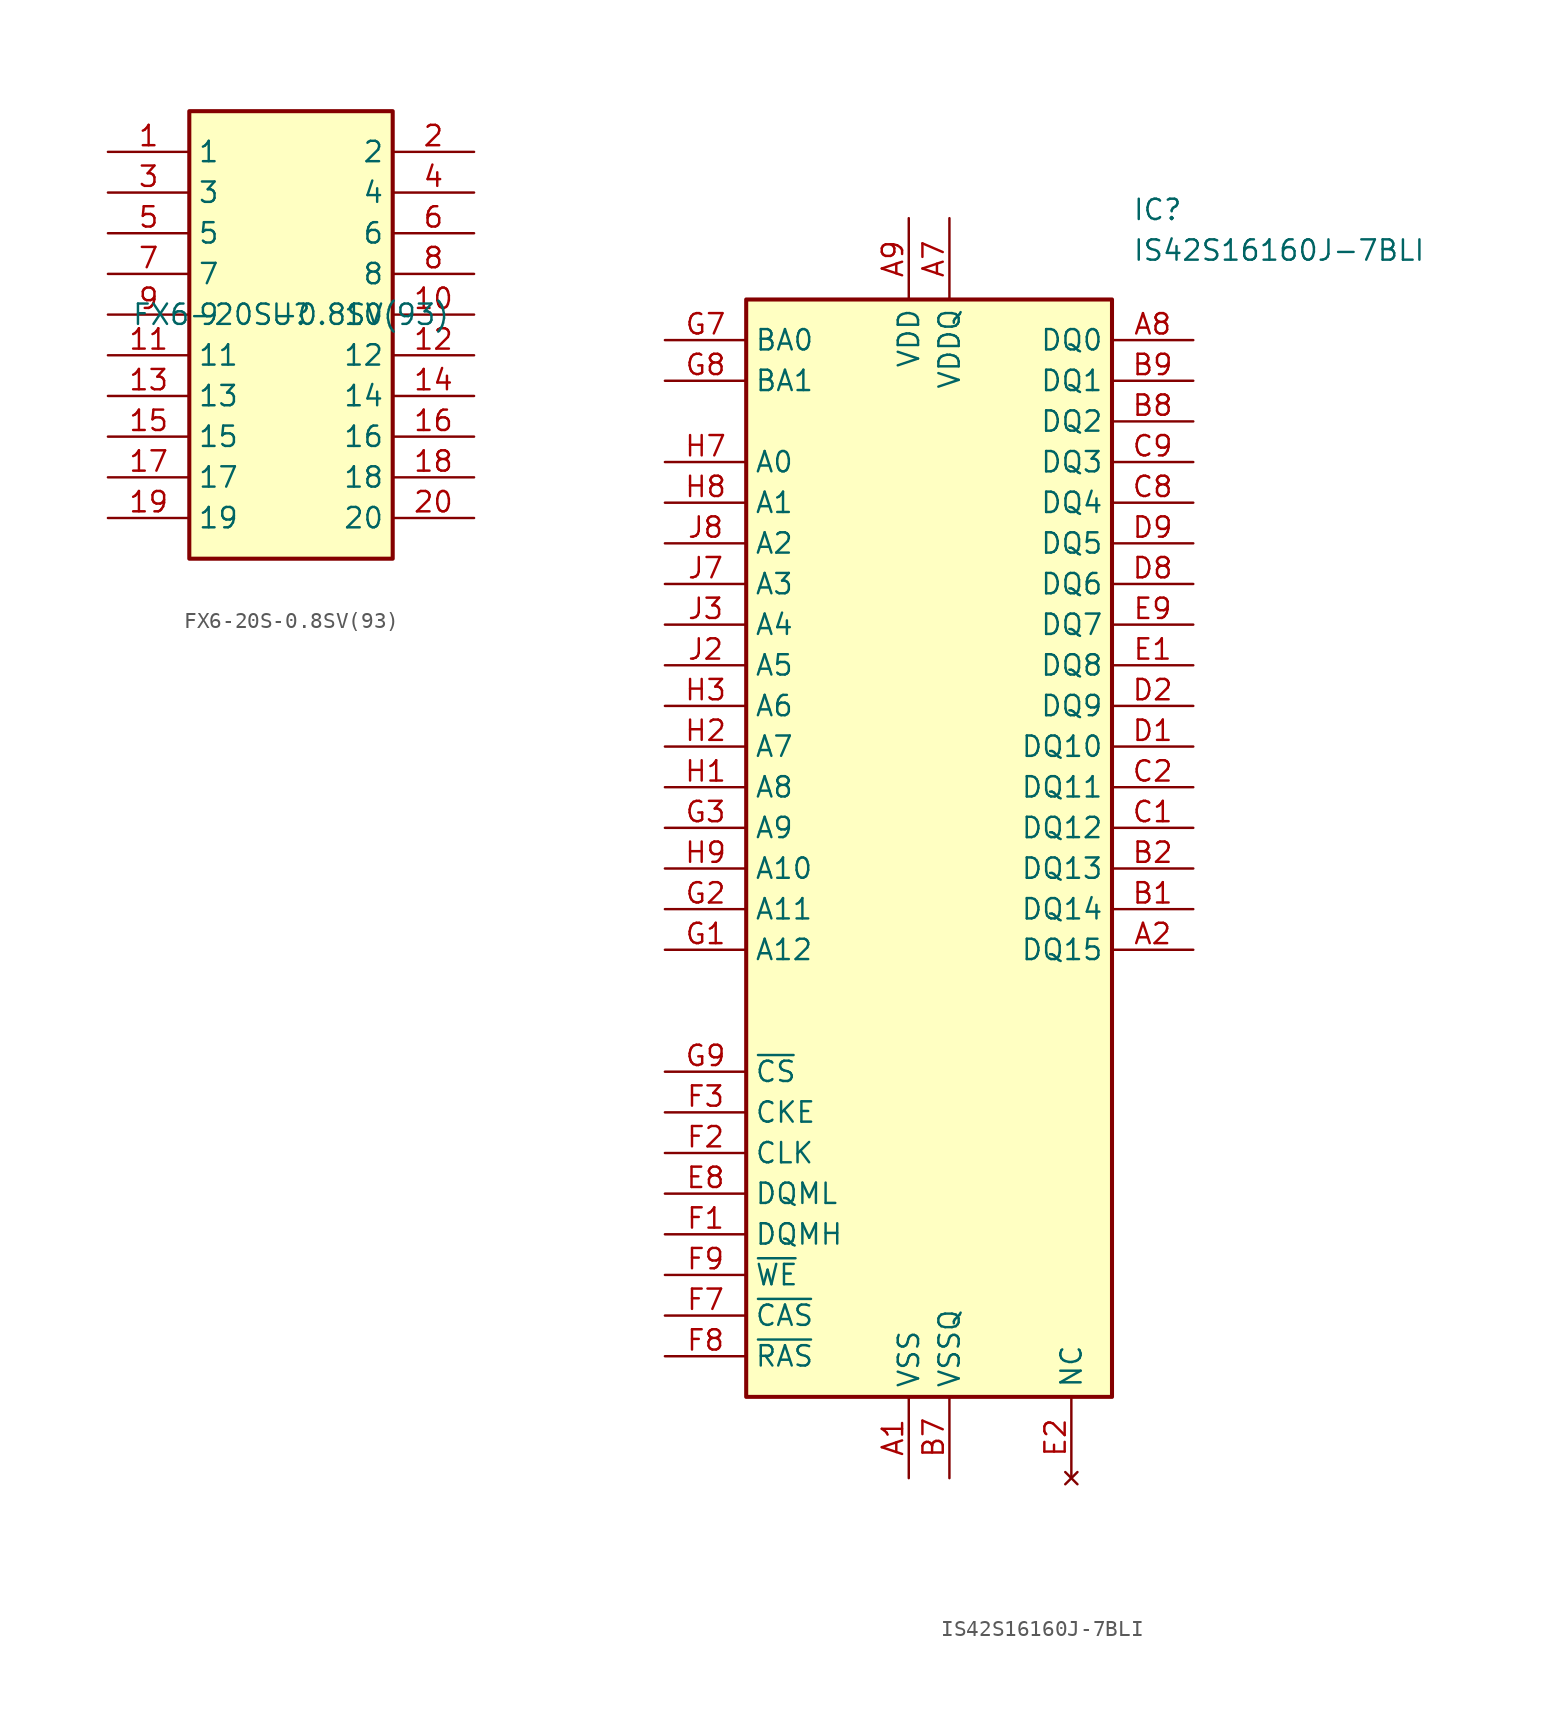
<source format=kicad_sym>
(kicad_symbol_lib
  (version 20241209)
  (generator "kicad_symbol_editor")
  (generator_version "9.0")
  (symbol "FX6-20S-0.8SV(93)"
    (property "Reference" "U"
      (at 0 1.27 0)
      (effects (font (size 1.27 1.27))))
    (property "Value" "FX6-20S-0.8SV(93)"
      (at 0 1.27 0)
      (effects (font (size 1.27 1.27))))
    (symbol "FX6-20S-0.8SV(93)_1_1"
      (rectangle (start -6.35 13.97) (end 6.35 -13.97) (stroke (width 0.254) (type default)) (fill (type background)))
      (pin passive line (at -11.43 11.43 0) (length 5.08) (name "1" (effects (font (size 1.27 1.27)))) (number "1" (effects (font (size 1.27 1.27)))))
      (pin passive line (at -11.43 8.89 0) (length 5.08) (name "3" (effects (font (size 1.27 1.27)))) (number "3" (effects (font (size 1.27 1.27)))))
      (pin passive line (at -11.43 6.35 0) (length 5.08) (name "5" (effects (font (size 1.27 1.27)))) (number "5" (effects (font (size 1.27 1.27)))))
      (pin passive line (at -11.43 3.81 0) (length 5.08) (name "7" (effects (font (size 1.27 1.27)))) (number "7" (effects (font (size 1.27 1.27)))))
      (pin passive line (at -11.43 1.27 0) (length 5.08) (name "9" (effects (font (size 1.27 1.27)))) (number "9" (effects (font (size 1.27 1.27)))))
      (pin passive line (at -11.43 -1.27 0) (length 5.08) (name "11" (effects (font (size 1.27 1.27)))) (number "11" (effects (font (size 1.27 1.27)))))
      (pin passive line (at -11.43 -3.81 0) (length 5.08) (name "13" (effects (font (size 1.27 1.27)))) (number "13" (effects (font (size 1.27 1.27)))))
      (pin passive line (at -11.43 -6.35 0) (length 5.08) (name "15" (effects (font (size 1.27 1.27)))) (number "15" (effects (font (size 1.27 1.27)))))
      (pin passive line (at -11.43 -8.89 0) (length 5.08) (name "17" (effects (font (size 1.27 1.27)))) (number "17" (effects (font (size 1.27 1.27)))))
      (pin passive line (at -11.43 -11.43 0) (length 5.08) (name "19" (effects (font (size 1.27 1.27)))) (number "19" (effects (font (size 1.27 1.27)))))
      (pin passive line (at 11.43 11.43 180) (length 5.08) (name "2" (effects (font (size 1.27 1.27)))) (number "2" (effects (font (size 1.27 1.27)))))
      (pin passive line (at 11.43 8.89 180) (length 5.08) (name "4" (effects (font (size 1.27 1.27)))) (number "4" (effects (font (size 1.27 1.27)))))
      (pin passive line (at 11.43 6.35 180) (length 5.08) (name "6" (effects (font (size 1.27 1.27)))) (number "6" (effects (font (size 1.27 1.27)))))
      (pin passive line (at 11.43 3.81 180) (length 5.08) (name "8" (effects (font (size 1.27 1.27)))) (number "8" (effects (font (size 1.27 1.27)))))
      (pin passive line (at 11.43 1.27 180) (length 5.08) (name "10" (effects (font (size 1.27 1.27)))) (number "10" (effects (font (size 1.27 1.27)))))
      (pin passive line (at 11.43 -1.27 180) (length 5.08) (name "12" (effects (font (size 1.27 1.27)))) (number "12" (effects (font (size 1.27 1.27)))))
      (pin passive line (at 11.43 -3.81 180) (length 5.08) (name "14" (effects (font (size 1.27 1.27)))) (number "14" (effects (font (size 1.27 1.27)))))
      (pin passive line (at 11.43 -6.35 180) (length 5.08) (name "16" (effects (font (size 1.27 1.27)))) (number "16" (effects (font (size 1.27 1.27)))))
      (pin passive line (at 11.43 -8.89 180) (length 5.08) (name "18" (effects (font (size 1.27 1.27)))) (number "18" (effects (font (size 1.27 1.27)))))
      (pin passive line (at 11.43 -11.43 180) (length 5.08) (name "20" (effects (font (size 1.27 1.27)))) (number "20" (effects (font (size 1.27 1.27)))))))
  (symbol "IS42S16160J-7BLI"
    (property "Reference" "IC"
      (at 12.7 40.64 0)
      (effects (font (size 1.27 1.27)) (justify left top)))
    (property "Value" "IS42S16160J-7BLI"
      (at 12.7 38.1 0)
      (effects (font (size 1.27 1.27)) (justify left top)))
    (symbol "IS42S16160J-7BLI_1_1"
      (rectangle (start -11.43 34.29) (end 11.43 -34.29) (stroke (width 0.254) (type default)) (fill (type background)))
      (pin passive line (at -16.51 31.75 0) (length 5.08) (name "BA0" (effects (font (size 1.27 1.27)))) (number "G7" (effects (font (size 1.27 1.27)))))
      (pin passive line (at -16.51 29.21 0) (length 5.08) (name "BA1" (effects (font (size 1.27 1.27)))) (number "G8" (effects (font (size 1.27 1.27)))))
      (pin passive line (at -16.51 24.13 0) (length 5.08) (name "A0" (effects (font (size 1.27 1.27)))) (number "H7" (effects (font (size 1.27 1.27)))))
      (pin passive line (at -16.51 21.59 0) (length 5.08) (name "A1" (effects (font (size 1.27 1.27)))) (number "H8" (effects (font (size 1.27 1.27)))))
      (pin passive line (at -16.51 19.05 0) (length 5.08) (name "A2" (effects (font (size 1.27 1.27)))) (number "J8" (effects (font (size 1.27 1.27)))))
      (pin passive line (at -16.51 16.51 0) (length 5.08) (name "A3" (effects (font (size 1.27 1.27)))) (number "J7" (effects (font (size 1.27 1.27)))))
      (pin passive line (at -16.51 13.97 0) (length 5.08) (name "A4" (effects (font (size 1.27 1.27)))) (number "J3" (effects (font (size 1.27 1.27)))))
      (pin passive line (at -16.51 11.43 0) (length 5.08) (name "A5" (effects (font (size 1.27 1.27)))) (number "J2" (effects (font (size 1.27 1.27)))))
      (pin passive line (at -16.51 8.89 0) (length 5.08) (name "A6" (effects (font (size 1.27 1.27)))) (number "H3" (effects (font (size 1.27 1.27)))))
      (pin passive line (at -16.51 6.35 0) (length 5.08) (name "A7" (effects (font (size 1.27 1.27)))) (number "H2" (effects (font (size 1.27 1.27)))))
      (pin passive line (at -16.51 3.81 0) (length 5.08) (name "A8" (effects (font (size 1.27 1.27)))) (number "H1" (effects (font (size 1.27 1.27)))))
      (pin passive line (at -16.51 1.27 0) (length 5.08) (name "A9" (effects (font (size 1.27 1.27)))) (number "G3" (effects (font (size 1.27 1.27)))))
      (pin passive line (at -16.51 -1.27 0) (length 5.08) (name "A10" (effects (font (size 1.27 1.27)))) (number "H9" (effects (font (size 1.27 1.27)))))
      (pin passive line (at -16.51 -3.81 0) (length 5.08) (name "A11" (effects (font (size 1.27 1.27)))) (number "G2" (effects (font (size 1.27 1.27)))))
      (pin passive line (at -16.51 -6.35 0) (length 5.08) (name "A12" (effects (font (size 1.27 1.27)))) (number "G1" (effects (font (size 1.27 1.27)))))
      (pin passive line (at -16.51 -13.97 0) (length 5.08) (name "~{CS}" (effects (font (size 1.27 1.27)))) (number "G9" (effects (font (size 1.27 1.27)))))
      (pin passive line (at -16.51 -16.51 0) (length 5.08) (name "CKE" (effects (font (size 1.27 1.27)))) (number "F3" (effects (font (size 1.27 1.27)))))
      (pin passive line (at -16.51 -19.05 0) (length 5.08) (name "CLK" (effects (font (size 1.27 1.27)))) (number "F2" (effects (font (size 1.27 1.27)))))
      (pin passive line (at -16.51 -21.59 0) (length 5.08) (name "DQML" (effects (font (size 1.27 1.27)))) (number "E8" (effects (font (size 1.27 1.27)))))
      (pin passive line (at -16.51 -24.13 0) (length 5.08) (name "DQMH" (effects (font (size 1.27 1.27)))) (number "F1" (effects (font (size 1.27 1.27)))))
      (pin passive line (at -16.51 -26.67 0) (length 5.08) (name "~{WE}" (effects (font (size 1.27 1.27)))) (number "F9" (effects (font (size 1.27 1.27)))))
      (pin passive line (at -16.51 -29.21 0) (length 5.08) (name "~{CAS}" (effects (font (size 1.27 1.27)))) (number "F7" (effects (font (size 1.27 1.27)))))
      (pin passive line (at -16.51 -31.75 0) (length 5.08) (name "~{RAS}" (effects (font (size 1.27 1.27)))) (number "F8" (effects (font (size 1.27 1.27)))))
      (pin passive line (at -1.27 39.37 270) (length 5.08) (name "VDD" (effects (font (size 1.27 1.27)))) (number "A9" (effects (font (size 1.27 1.27)))))
      (pin passive line (at -1.27 39.37 270) (length 5.08) (hide yes) (name "VDD" (effects (font (size 1.27 1.27)))) (number "E7" (effects (font (size 1.27 1.27)))))
      (pin passive line (at -1.27 39.37 270) (length 5.08) (hide yes) (name "VDD" (effects (font (size 1.27 1.27)))) (number "J9" (effects (font (size 1.27 1.27)))))
      (pin passive line (at -1.27 -39.37 90) (length 5.08) (name "VSS" (effects (font (size 1.27 1.27)))) (number "A1" (effects (font (size 1.27 1.27)))))
      (pin passive line (at -1.27 -39.37 90) (length 5.08) (hide yes) (name "VSS" (effects (font (size 1.27 1.27)))) (number "E3" (effects (font (size 1.27 1.27)))))
      (pin passive line (at -1.27 -39.37 90) (length 5.08) (hide yes) (name "VSS" (effects (font (size 1.27 1.27)))) (number "J1" (effects (font (size 1.27 1.27)))))
      (pin passive line (at 1.27 39.37 270) (length 5.08) (name "VDDQ" (effects (font (size 1.27 1.27)))) (number "A7" (effects (font (size 1.27 1.27)))))
      (pin passive line (at 1.27 39.37 270) (length 5.08) (hide yes) (name "VDDQ" (effects (font (size 1.27 1.27)))) (number "B3" (effects (font (size 1.27 1.27)))))
      (pin passive line (at 1.27 39.37 270) (length 5.08) (hide yes) (name "VDDQ" (effects (font (size 1.27 1.27)))) (number "C7" (effects (font (size 1.27 1.27)))))
      (pin passive line (at 1.27 39.37 270) (length 5.08) (hide yes) (name "VDDQ" (effects (font (size 1.27 1.27)))) (number "D3" (effects (font (size 1.27 1.27)))))
      (pin passive line (at 1.27 -39.37 90) (length 5.08) (hide yes) (name "VSSQ" (effects (font (size 1.27 1.27)))) (number "A3" (effects (font (size 1.27 1.27)))))
      (pin passive line (at 1.27 -39.37 90) (length 5.08) (name "VSSQ" (effects (font (size 1.27 1.27)))) (number "B7" (effects (font (size 1.27 1.27)))))
      (pin passive line (at 1.27 -39.37 90) (length 5.08) (hide yes) (name "VSSQ" (effects (font (size 1.27 1.27)))) (number "C3" (effects (font (size 1.27 1.27)))))
      (pin passive line (at 1.27 -39.37 90) (length 5.08) (hide yes) (name "VSSQ" (effects (font (size 1.27 1.27)))) (number "D7" (effects (font (size 1.27 1.27)))))
      (pin no_connect line (at 8.89 -39.37 90) (length 5.08) (name "NC" (effects (font (size 1.27 1.27)))) (number "E2" (effects (font (size 1.27 1.27)))))
      (pin passive line (at 16.51 31.75 180) (length 5.08) (name "DQ0" (effects (font (size 1.27 1.27)))) (number "A8" (effects (font (size 1.27 1.27)))))
      (pin passive line (at 16.51 29.21 180) (length 5.08) (name "DQ1" (effects (font (size 1.27 1.27)))) (number "B9" (effects (font (size 1.27 1.27)))))
      (pin passive line (at 16.51 26.67 180) (length 5.08) (name "DQ2" (effects (font (size 1.27 1.27)))) (number "B8" (effects (font (size 1.27 1.27)))))
      (pin passive line (at 16.51 24.13 180) (length 5.08) (name "DQ3" (effects (font (size 1.27 1.27)))) (number "C9" (effects (font (size 1.27 1.27)))))
      (pin passive line (at 16.51 21.59 180) (length 5.08) (name "DQ4" (effects (font (size 1.27 1.27)))) (number "C8" (effects (font (size 1.27 1.27)))))
      (pin passive line (at 16.51 19.05 180) (length 5.08) (name "DQ5" (effects (font (size 1.27 1.27)))) (number "D9" (effects (font (size 1.27 1.27)))))
      (pin passive line (at 16.51 16.51 180) (length 5.08) (name "DQ6" (effects (font (size 1.27 1.27)))) (number "D8" (effects (font (size 1.27 1.27)))))
      (pin passive line (at 16.51 13.97 180) (length 5.08) (name "DQ7" (effects (font (size 1.27 1.27)))) (number "E9" (effects (font (size 1.27 1.27)))))
      (pin passive line (at 16.51 11.43 180) (length 5.08) (name "DQ8" (effects (font (size 1.27 1.27)))) (number "E1" (effects (font (size 1.27 1.27)))))
      (pin passive line (at 16.51 8.89 180) (length 5.08) (name "DQ9" (effects (font (size 1.27 1.27)))) (number "D2" (effects (font (size 1.27 1.27)))))
      (pin passive line (at 16.51 6.35 180) (length 5.08) (name "DQ10" (effects (font (size 1.27 1.27)))) (number "D1" (effects (font (size 1.27 1.27)))))
      (pin passive line (at 16.51 3.81 180) (length 5.08) (name "DQ11" (effects (font (size 1.27 1.27)))) (number "C2" (effects (font (size 1.27 1.27)))))
      (pin passive line (at 16.51 1.27 180) (length 5.08) (name "DQ12" (effects (font (size 1.27 1.27)))) (number "C1" (effects (font (size 1.27 1.27)))))
      (pin passive line (at 16.51 -1.27 180) (length 5.08) (name "DQ13" (effects (font (size 1.27 1.27)))) (number "B2" (effects (font (size 1.27 1.27)))))
      (pin passive line (at 16.51 -3.81 180) (length 5.08) (name "DQ14" (effects (font (size 1.27 1.27)))) (number "B1" (effects (font (size 1.27 1.27)))))
      (pin passive line (at 16.51 -6.35 180) (length 5.08) (name "DQ15" (effects (font (size 1.27 1.27)))) (number "A2" (effects (font (size 1.27 1.27))))))))
</source>
